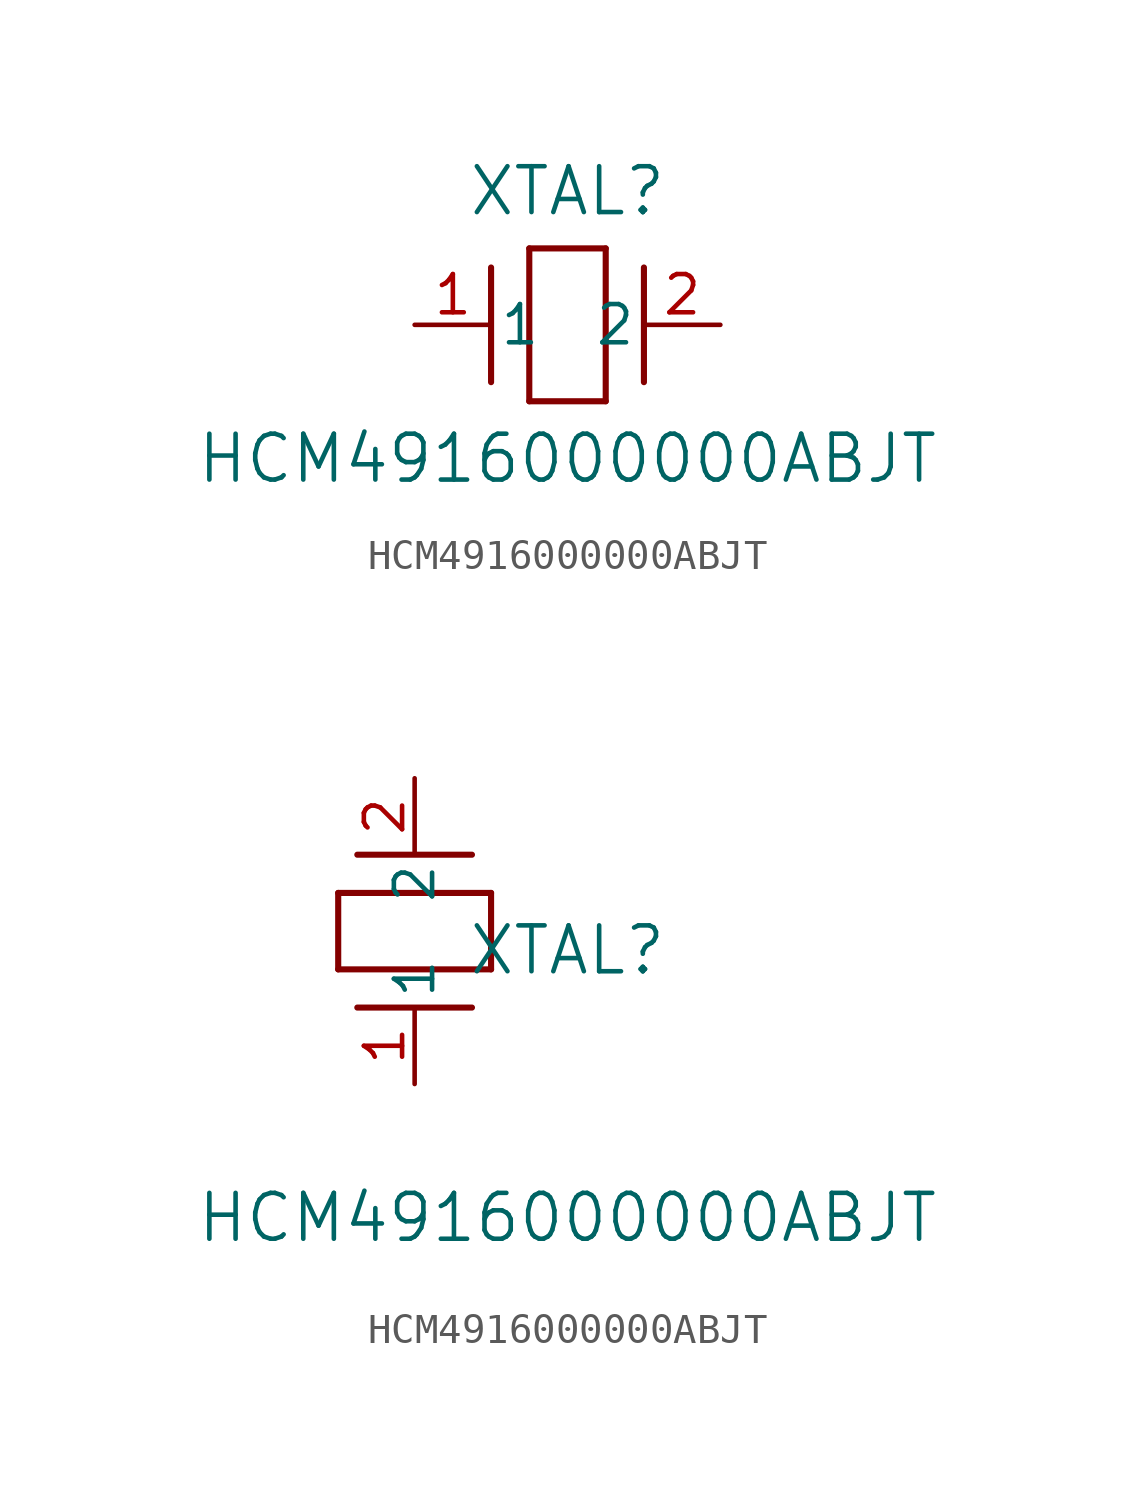
<source format=kicad_sym>
(kicad_symbol_lib
  (version 20211014)
  (generator kicad_symbol_editor)
  (symbol "HCM4916000000ABJT"
    (pin_names
      (offset 0.254))
    (property "Reference" "XTAL"
      (at 5.08 4.445 0)
      (effects (font (size 1.524 1.524))))
    (property "Value" "HCM4916000000ABJT"
      (at 5.08 -4.445 0)
      (effects (font (size 1.524 1.524))))
    (symbol "HCM4916000000ABJT_1_1"
      (polyline (pts (xy 2.54 -1.905) (xy 2.54 1.905)) (stroke (width 0.203) (type default) (color 0 0 0 0)) (fill (type none)))
      (polyline (pts (xy 6.35 2.54) (xy 6.35 -2.54)) (stroke (width 0.203) (type default) (color 0 0 0 0)) (fill (type none)))
      (polyline (pts (xy 7.62 -1.905) (xy 7.62 1.905)) (stroke (width 0.203) (type default) (color 0 0 0 0)) (fill (type none)))
      (polyline (pts (xy 6.35 -2.54) (xy 3.81 -2.54)) (stroke (width 0.203) (type default) (color 0 0 0 0)) (fill (type none)))
      (polyline (pts (xy 3.81 2.54) (xy 6.35 2.54)) (stroke (width 0.203) (type default) (color 0 0 0 0)) (fill (type none)))
      (polyline (pts (xy 3.81 -2.54) (xy 3.81 2.54)) (stroke (width 0.203) (type default) (color 0 0 0 0)) (fill (type none)))
      (pin unspecified line (at 0 0 0) (length 2.54) (name "1" (effects (font (size 1.27 1.27)))) (number "1" (effects (font (size 1.27 1.27)))))
      (pin unspecified line (at 10.16 0 180) (length 2.54) (name "2" (effects (font (size 1.27 1.27)))) (number "2" (effects (font (size 1.27 1.27))))))
    (symbol "HCM4916000000ABJT_1_2"
      (polyline (pts (xy 1.905 7.62) (xy -1.905 7.62)) (stroke (width 0.203) (type default) (color 0 0 0 0)) (fill (type none)))
      (polyline (pts (xy -2.54 3.81) (xy -2.54 6.35)) (stroke (width 0.203) (type default) (color 0 0 0 0)) (fill (type none)))
      (polyline (pts (xy 1.905 2.54) (xy -1.905 2.54)) (stroke (width 0.203) (type default) (color 0 0 0 0)) (fill (type none)))
      (polyline (pts (xy 2.54 6.35) (xy 2.54 3.81)) (stroke (width 0.203) (type default) (color 0 0 0 0)) (fill (type none)))
      (polyline (pts (xy -2.54 6.35) (xy 2.54 6.35)) (stroke (width 0.203) (type default) (color 0 0 0 0)) (fill (type none)))
      (polyline (pts (xy 2.54 3.81) (xy -2.54 3.81)) (stroke (width 0.203) (type default) (color 0 0 0 0)) (fill (type none)))
      (pin unspecified line (at 0 0 90) (length 2.54) (name "1" (effects (font (size 1.27 1.27)))) (number "1" (effects (font (size 1.27 1.27)))))
      (pin unspecified line (at 0 10.16 270) (length 2.54) (name "2" (effects (font (size 1.27 1.27)))) (number "2" (effects (font (size 1.27 1.27))))))))
</source>
